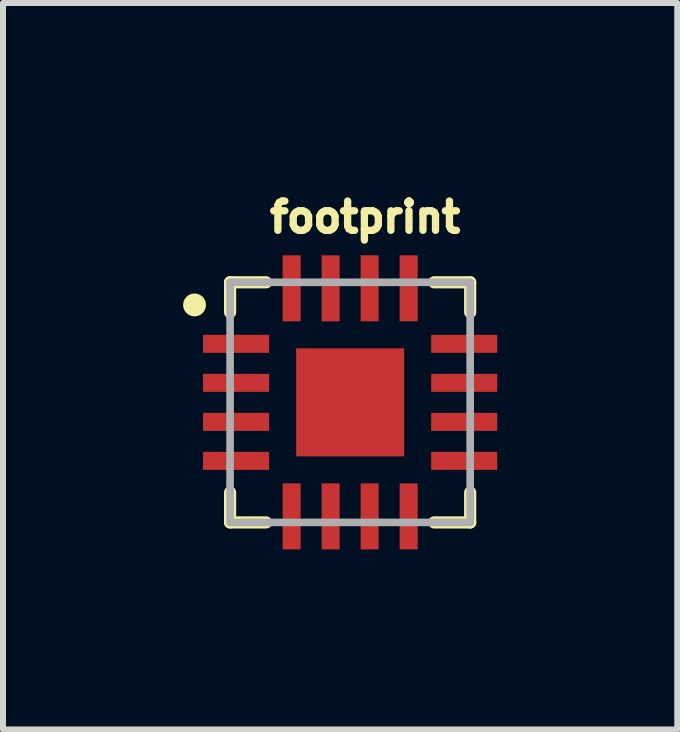
<source format=kicad_pcb>
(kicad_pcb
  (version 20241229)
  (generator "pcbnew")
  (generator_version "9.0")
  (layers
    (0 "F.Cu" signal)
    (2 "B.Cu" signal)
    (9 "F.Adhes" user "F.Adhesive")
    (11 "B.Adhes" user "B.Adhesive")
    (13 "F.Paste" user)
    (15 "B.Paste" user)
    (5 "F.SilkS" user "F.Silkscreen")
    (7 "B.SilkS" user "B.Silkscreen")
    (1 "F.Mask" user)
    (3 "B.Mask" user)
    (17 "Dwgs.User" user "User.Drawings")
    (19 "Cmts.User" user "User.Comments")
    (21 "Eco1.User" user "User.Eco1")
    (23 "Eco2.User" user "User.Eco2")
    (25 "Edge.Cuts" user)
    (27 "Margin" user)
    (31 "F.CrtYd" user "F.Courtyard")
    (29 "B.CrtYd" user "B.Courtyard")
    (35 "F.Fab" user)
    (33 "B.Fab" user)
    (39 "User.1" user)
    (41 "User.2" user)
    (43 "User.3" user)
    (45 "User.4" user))
  (footprint "footprint"
    (layer "F.Cu")
    (at 2.783 3.653)
    (property "Reference" "footprint" (at -1.4 -2.8 0) (layer "F.SilkS") (effects (font (size 0.488 0.488) (thickness 0.122)) (justify left bottom)))
    (fp_poly (pts (xy 0.9 0.9) (xy 0.9 -0.9) (xy -0.9 -0.9) (xy -0.9 0.9)) (stroke (width 0) (type solid)) (fill yes) (layer "F.Cu"))
    (fp_poly (pts (xy 1 1) (xy 1 -1) (xy -1 -1) (xy -1 1)) (stroke (width 0) (type solid)) (fill yes) (layer "F.Mask"))
    (fp_line (start -2 -2) (end -1.4 -2) (stroke (width 0.203) (type solid)) (layer "F.SilkS"))
    (fp_line (start -2 -1.5) (end -2 -2) (stroke (width 0.203) (type solid)) (layer "F.SilkS"))
    (fp_line (start -2 2) (end -2 1.5) (stroke (width 0.203) (type solid)) (layer "F.SilkS"))
    (fp_line (start -2 2) (end -1.4 2) (stroke (width 0.203) (type solid)) (layer "F.SilkS"))
    (fp_line (start 1.4 -2) (end 2 -2) (stroke (width 0.203) (type solid)) (layer "F.SilkS"))
    (fp_line (start 1.4 2) (end 2 2) (stroke (width 0.203) (type solid)) (layer "F.SilkS"))
    (fp_line (start 2 -1.5) (end 2 -2) (stroke (width 0.203) (type solid)) (layer "F.SilkS"))
    (fp_line (start 2 2) (end 2 1.5) (stroke (width 0.203) (type solid)) (layer "F.SilkS"))
    (fp_circle (center -2.592 -1.623) (end -2.497 -1.623) (stroke (width 0.191) (type solid)) (fill yes) (layer "F.SilkS"))
    (fp_poly (pts (xy -0.3 -0.4) (xy -0.3 -0.7) (xy -0.6 -0.7) (xy -0.6 -0.4)) (stroke (width 0) (type solid)) (fill yes) (layer "F.Paste"))
    (fp_poly (pts (xy -0.3 0.6) (xy -0.3 0.3) (xy -0.6 0.3) (xy -0.6 0.6)) (stroke (width 0) (type solid)) (fill yes) (layer "F.Paste"))
    (fp_poly (pts (xy 0.7 -0.4) (xy 0.7 -0.7) (xy 0.4 -0.7) (xy 0.4 -0.4)) (stroke (width 0) (type solid)) (fill yes) (layer "F.Paste"))
    (fp_poly (pts (xy 0.7 0.6) (xy 0.7 0.3) (xy 0.4 0.3) (xy 0.4 0.6)) (stroke (width 0) (type solid)) (fill yes) (layer "F.Paste"))
    (fp_line (start -2 2) (end -2 -2) (stroke (width 0.127) (type solid)) (layer "F.Fab"))
    (fp_line (start -2 2) (end 2 2) (stroke (width 0.127) (type solid)) (layer "F.Fab"))
    (fp_line (start 2 -2) (end -2 -2) (stroke (width 0.127) (type solid)) (layer "F.Fab"))
    (fp_line (start 2 -2) (end 2 2) (stroke (width 0.127) (type solid)) (layer "F.Fab"))
    (pad "1" smd rect (at -1.9 -0.975 180) (size 1.1 0.3) (layers "F.Cu" "F.Mask" "F.Paste"))
    (pad "2" smd rect (at -1.9 -0.325 180) (size 1.1 0.3) (layers "F.Cu" "F.Mask" "F.Paste"))
    (pad "3" smd rect (at -1.9 0.325 180) (size 1.1 0.3) (layers "F.Cu" "F.Mask" "F.Paste"))
    (pad "4" smd rect (at -1.9 0.975 180) (size 1.1 0.3) (layers "F.Cu" "F.Mask" "F.Paste"))
    (pad "5" smd rect (at -0.975 1.9 90) (size 1.1 0.3) (layers "F.Cu" "F.Mask" "F.Paste"))
    (pad "6" smd rect (at -0.325 1.9 90) (size 1.1 0.3) (layers "F.Cu" "F.Mask" "F.Paste"))
    (pad "7" smd rect (at 0.325 1.9 90) (size 1.1 0.3) (layers "F.Cu" "F.Mask" "F.Paste"))
    (pad "8" smd rect (at 0.975 1.9 90) (size 1.1 0.3) (layers "F.Cu" "F.Mask" "F.Paste"))
    (pad "9" smd rect (at 1.9 0.975) (size 1.1 0.3) (layers "F.Cu" "F.Mask" "F.Paste"))
    (pad "10" smd rect (at 1.9 0.325) (size 1.1 0.3) (layers "F.Cu" "F.Mask" "F.Paste"))
    (pad "11" smd rect (at 1.9 -0.325) (size 1.1 0.3) (layers "F.Cu" "F.Mask" "F.Paste"))
    (pad "12" smd rect (at 1.9 -0.975) (size 1.1 0.3) (layers "F.Cu" "F.Mask" "F.Paste"))
    (pad "13" smd rect (at 0.975 -1.9 270) (size 1.1 0.3) (layers "F.Cu" "F.Mask" "F.Paste"))
    (pad "14" smd rect (at 0.325 -1.9 270) (size 1.1 0.3) (layers "F.Cu" "F.Mask" "F.Paste"))
    (pad "15" smd rect (at -0.325 -1.9 270) (size 1.1 0.3) (layers "F.Cu" "F.Mask" "F.Paste"))
    (pad "16" smd rect (at -0.975 -1.9 270) (size 1.1 0.3) (layers "F.Cu" "F.Mask" "F.Paste"))
    (pad "CTR" smd rect (at 0 0) (size 0.5 0.5) (layers "F.Cu")))
  (gr_rect
    (start -3 -3)
    (end 8.233 9.103)
    (stroke (width 0.1) (type default))
    (fill no)
    (layer "Edge.Cuts")))
</source>
